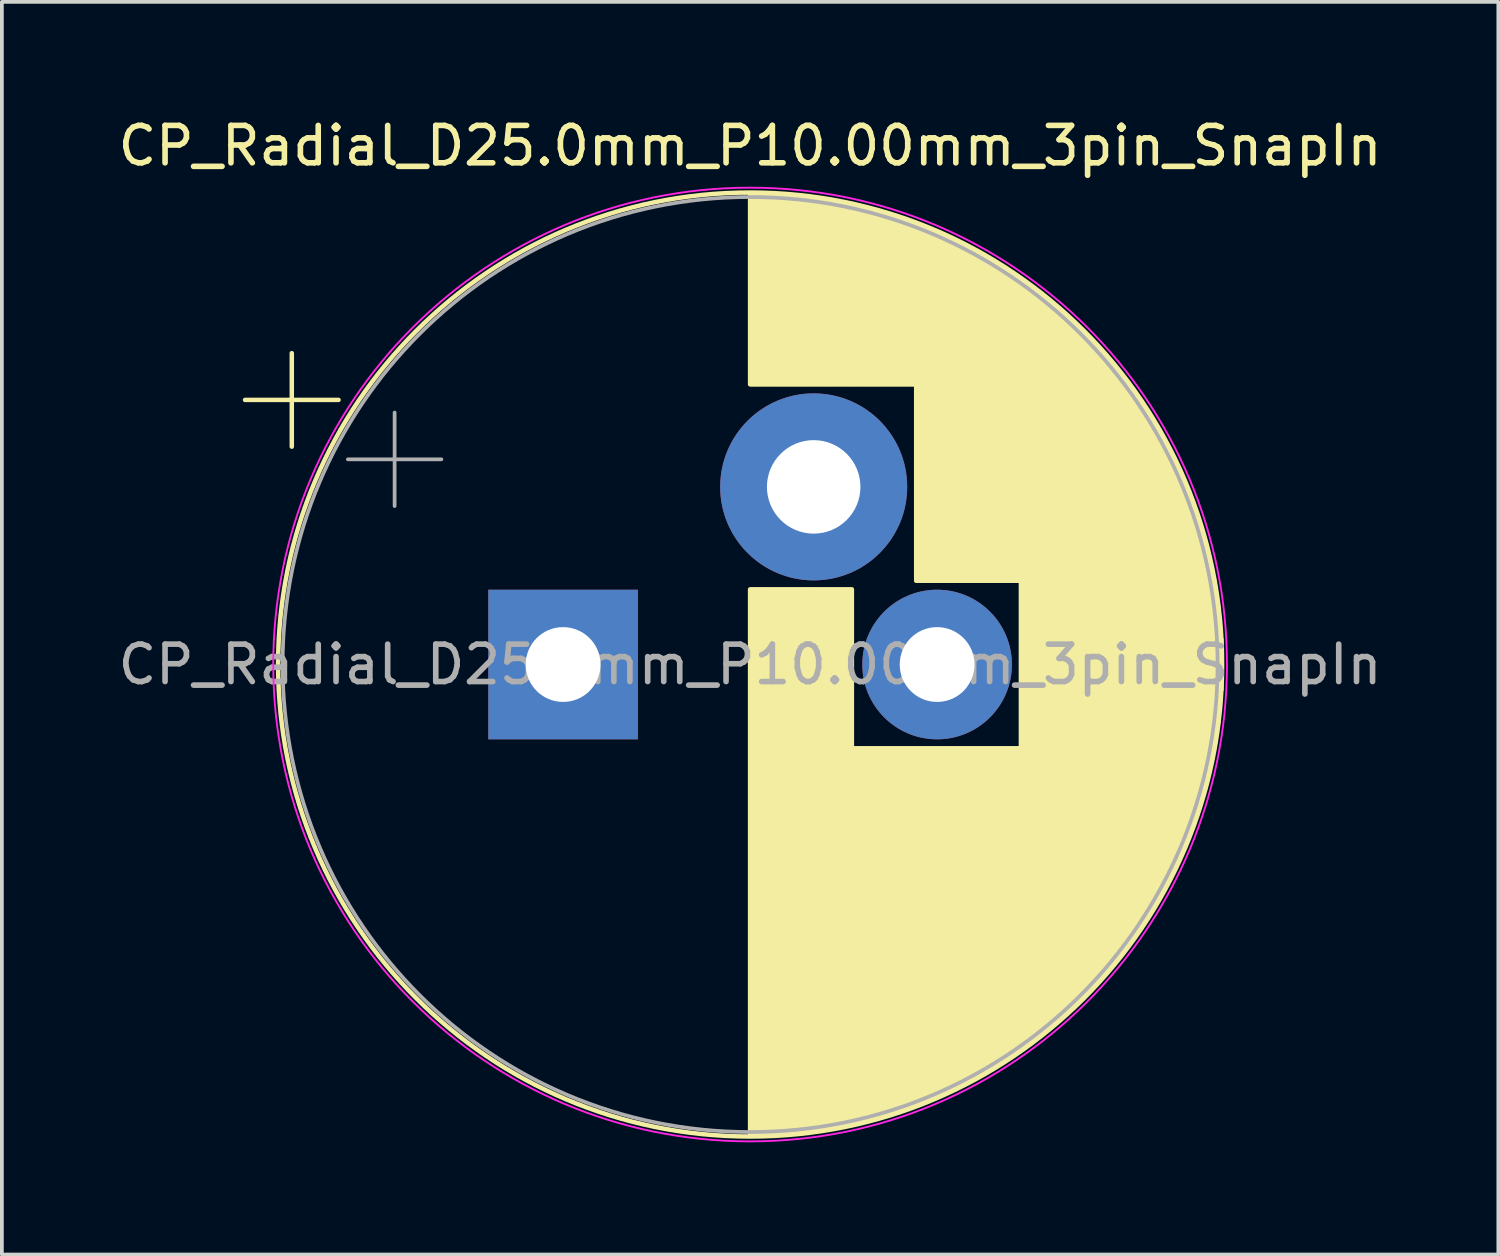
<source format=kicad_pcb>
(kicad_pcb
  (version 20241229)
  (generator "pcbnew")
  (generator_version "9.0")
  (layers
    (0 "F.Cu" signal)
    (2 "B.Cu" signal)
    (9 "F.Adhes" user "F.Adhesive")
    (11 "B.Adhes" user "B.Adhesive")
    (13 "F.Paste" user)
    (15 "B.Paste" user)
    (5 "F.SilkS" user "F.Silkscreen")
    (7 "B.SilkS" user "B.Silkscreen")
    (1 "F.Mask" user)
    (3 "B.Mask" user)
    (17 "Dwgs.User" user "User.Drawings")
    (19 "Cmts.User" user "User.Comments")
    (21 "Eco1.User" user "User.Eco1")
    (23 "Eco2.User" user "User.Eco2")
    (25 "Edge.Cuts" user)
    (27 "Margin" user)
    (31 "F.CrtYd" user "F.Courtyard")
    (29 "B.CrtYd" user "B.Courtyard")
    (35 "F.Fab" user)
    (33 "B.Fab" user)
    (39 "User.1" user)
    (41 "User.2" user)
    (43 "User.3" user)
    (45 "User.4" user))
  (footprint "CP_Radial_D25.0mm_P10.00mm_3pin_SnapIn"
    (layer "F.Cu")
    (at 12.006 14.718)
    (property "Reference" "CP_Radial_D25.0mm_P10.00mm_3pin_SnapIn" (at 5 -13.87 0) (layer "F.SilkS") (effects (font (size 1 1) (thickness 0.15))))
    (attr through_hole)
    (fp_line (start -8.504 -7.075) (end -6.004 -7.075) (stroke (width 0.12) (type solid)) (layer "F.SilkS"))
    (fp_line (start -7.254 -8.325) (end -7.254 -5.825) (stroke (width 0.12) (type solid)) (layer "F.SilkS"))
    (fp_line (start 5 -12.581) (end 5 -7.49) (stroke (width 0.12) (type solid)) (layer "F.SilkS"))
    (fp_line (start 5 -2.01) (end 5 12.581) (stroke (width 0.12) (type solid)) (layer "F.SilkS"))
    (fp_line (start 5.04 -12.58) (end 5.04 -7.49) (stroke (width 0.12) (type solid)) (layer "F.SilkS"))
    (fp_line (start 5.04 -2.01) (end 5.04 12.58) (stroke (width 0.12) (type solid)) (layer "F.SilkS"))
    (fp_line (start 5.08 -12.58) (end 5.08 -7.49) (stroke (width 0.12) (type solid)) (layer "F.SilkS"))
    (fp_line (start 5.08 -2.01) (end 5.08 12.58) (stroke (width 0.12) (type solid)) (layer "F.SilkS"))
    (fp_line (start 5.12 -12.58) (end 5.12 -7.49) (stroke (width 0.12) (type solid)) (layer "F.SilkS"))
    (fp_line (start 5.12 -2.01) (end 5.12 12.58) (stroke (width 0.12) (type solid)) (layer "F.SilkS"))
    (fp_line (start 5.16 -12.579) (end 5.16 -7.49) (stroke (width 0.12) (type solid)) (layer "F.SilkS"))
    (fp_line (start 5.16 -2.01) (end 5.16 12.579) (stroke (width 0.12) (type solid)) (layer "F.SilkS"))
    (fp_line (start 5.2 -12.579) (end 5.2 -7.49) (stroke (width 0.12) (type solid)) (layer "F.SilkS"))
    (fp_line (start 5.2 -2.01) (end 5.2 12.579) (stroke (width 0.12) (type solid)) (layer "F.SilkS"))
    (fp_line (start 5.24 -12.578) (end 5.24 -7.49) (stroke (width 0.12) (type solid)) (layer "F.SilkS"))
    (fp_line (start 5.24 -2.01) (end 5.24 12.578) (stroke (width 0.12) (type solid)) (layer "F.SilkS"))
    (fp_line (start 5.28 -12.577) (end 5.28 -7.49) (stroke (width 0.12) (type solid)) (layer "F.SilkS"))
    (fp_line (start 5.28 -2.01) (end 5.28 12.577) (stroke (width 0.12) (type solid)) (layer "F.SilkS"))
    (fp_line (start 5.32 -12.576) (end 5.32 -7.49) (stroke (width 0.12) (type solid)) (layer "F.SilkS"))
    (fp_line (start 5.32 -2.01) (end 5.32 12.576) (stroke (width 0.12) (type solid)) (layer "F.SilkS"))
    (fp_line (start 5.36 -12.575) (end 5.36 -7.49) (stroke (width 0.12) (type solid)) (layer "F.SilkS"))
    (fp_line (start 5.36 -2.01) (end 5.36 12.575) (stroke (width 0.12) (type solid)) (layer "F.SilkS"))
    (fp_line (start 5.4 -12.574) (end 5.4 -7.49) (stroke (width 0.12) (type solid)) (layer "F.SilkS"))
    (fp_line (start 5.4 -2.01) (end 5.4 12.574) (stroke (width 0.12) (type solid)) (layer "F.SilkS"))
    (fp_line (start 5.44 -12.573) (end 5.44 -7.49) (stroke (width 0.12) (type solid)) (layer "F.SilkS"))
    (fp_line (start 5.44 -2.01) (end 5.44 12.573) (stroke (width 0.12) (type solid)) (layer "F.SilkS"))
    (fp_line (start 5.48 -12.571) (end 5.48 -7.49) (stroke (width 0.12) (type solid)) (layer "F.SilkS"))
    (fp_line (start 5.48 -2.01) (end 5.48 12.571) (stroke (width 0.12) (type solid)) (layer "F.SilkS"))
    (fp_line (start 5.52 -12.57) (end 5.52 -7.49) (stroke (width 0.12) (type solid)) (layer "F.SilkS"))
    (fp_line (start 5.52 -2.01) (end 5.52 12.57) (stroke (width 0.12) (type solid)) (layer "F.SilkS"))
    (fp_line (start 5.56 -12.568) (end 5.56 -7.49) (stroke (width 0.12) (type solid)) (layer "F.SilkS"))
    (fp_line (start 5.56 -2.01) (end 5.56 12.568) (stroke (width 0.12) (type solid)) (layer "F.SilkS"))
    (fp_line (start 5.6 -12.566) (end 5.6 -7.49) (stroke (width 0.12) (type solid)) (layer "F.SilkS"))
    (fp_line (start 5.6 -2.01) (end 5.6 12.566) (stroke (width 0.12) (type solid)) (layer "F.SilkS"))
    (fp_line (start 5.64 -12.564) (end 5.64 -7.49) (stroke (width 0.12) (type solid)) (layer "F.SilkS"))
    (fp_line (start 5.64 -2.01) (end 5.64 12.564) (stroke (width 0.12) (type solid)) (layer "F.SilkS"))
    (fp_line (start 5.68 -12.562) (end 5.68 -7.49) (stroke (width 0.12) (type solid)) (layer "F.SilkS"))
    (fp_line (start 5.68 -2.01) (end 5.68 12.562) (stroke (width 0.12) (type solid)) (layer "F.SilkS"))
    (fp_line (start 5.721 -12.56) (end 5.721 -7.49) (stroke (width 0.12) (type solid)) (layer "F.SilkS"))
    (fp_line (start 5.721 -2.01) (end 5.721 12.56) (stroke (width 0.12) (type solid)) (layer "F.SilkS"))
    (fp_line (start 5.761 -12.558) (end 5.761 -7.49) (stroke (width 0.12) (type solid)) (layer "F.SilkS"))
    (fp_line (start 5.761 -2.01) (end 5.761 12.558) (stroke (width 0.12) (type solid)) (layer "F.SilkS"))
    (fp_line (start 5.801 -12.555) (end 5.801 -7.49) (stroke (width 0.12) (type solid)) (layer "F.SilkS"))
    (fp_line (start 5.801 -2.01) (end 5.801 12.555) (stroke (width 0.12) (type solid)) (layer "F.SilkS"))
    (fp_line (start 5.841 -12.553) (end 5.841 -7.49) (stroke (width 0.12) (type solid)) (layer "F.SilkS"))
    (fp_line (start 5.841 -2.01) (end 5.841 12.553) (stroke (width 0.12) (type solid)) (layer "F.SilkS"))
    (fp_line (start 5.881 -12.55) (end 5.881 -7.49) (stroke (width 0.12) (type solid)) (layer "F.SilkS"))
    (fp_line (start 5.881 -2.01) (end 5.881 12.55) (stroke (width 0.12) (type solid)) (layer "F.SilkS"))
    (fp_line (start 5.921 -12.547) (end 5.921 -7.49) (stroke (width 0.12) (type solid)) (layer "F.SilkS"))
    (fp_line (start 5.921 -2.01) (end 5.921 12.547) (stroke (width 0.12) (type solid)) (layer "F.SilkS"))
    (fp_line (start 5.961 -12.544) (end 5.961 -7.49) (stroke (width 0.12) (type solid)) (layer "F.SilkS"))
    (fp_line (start 5.961 -2.01) (end 5.961 12.544) (stroke (width 0.12) (type solid)) (layer "F.SilkS"))
    (fp_line (start 6.001 -12.541) (end 6.001 -7.49) (stroke (width 0.12) (type solid)) (layer "F.SilkS"))
    (fp_line (start 6.001 -2.01) (end 6.001 12.541) (stroke (width 0.12) (type solid)) (layer "F.SilkS"))
    (fp_line (start 6.041 -12.538) (end 6.041 -7.49) (stroke (width 0.12) (type solid)) (layer "F.SilkS"))
    (fp_line (start 6.041 -2.01) (end 6.041 12.538) (stroke (width 0.12) (type solid)) (layer "F.SilkS"))
    (fp_line (start 6.081 -12.534) (end 6.081 -7.49) (stroke (width 0.12) (type solid)) (layer "F.SilkS"))
    (fp_line (start 6.081 -2.01) (end 6.081 12.534) (stroke (width 0.12) (type solid)) (layer "F.SilkS"))
    (fp_line (start 6.121 -12.531) (end 6.121 -7.49) (stroke (width 0.12) (type solid)) (layer "F.SilkS"))
    (fp_line (start 6.121 -2.01) (end 6.121 12.531) (stroke (width 0.12) (type solid)) (layer "F.SilkS"))
    (fp_line (start 6.161 -12.527) (end 6.161 -7.49) (stroke (width 0.12) (type solid)) (layer "F.SilkS"))
    (fp_line (start 6.161 -2.01) (end 6.161 12.527) (stroke (width 0.12) (type solid)) (layer "F.SilkS"))
    (fp_line (start 6.201 -12.523) (end 6.201 -7.49) (stroke (width 0.12) (type solid)) (layer "F.SilkS"))
    (fp_line (start 6.201 -2.01) (end 6.201 12.523) (stroke (width 0.12) (type solid)) (layer "F.SilkS"))
    (fp_line (start 6.241 -12.519) (end 6.241 -7.49) (stroke (width 0.12) (type solid)) (layer "F.SilkS"))
    (fp_line (start 6.241 -2.01) (end 6.241 12.519) (stroke (width 0.12) (type solid)) (layer "F.SilkS"))
    (fp_line (start 6.281 -12.515) (end 6.281 -7.49) (stroke (width 0.12) (type solid)) (layer "F.SilkS"))
    (fp_line (start 6.281 -2.01) (end 6.281 12.515) (stroke (width 0.12) (type solid)) (layer "F.SilkS"))
    (fp_line (start 6.321 -12.511) (end 6.321 -7.49) (stroke (width 0.12) (type solid)) (layer "F.SilkS"))
    (fp_line (start 6.321 -2.01) (end 6.321 12.511) (stroke (width 0.12) (type solid)) (layer "F.SilkS"))
    (fp_line (start 6.361 -12.507) (end 6.361 -7.49) (stroke (width 0.12) (type solid)) (layer "F.SilkS"))
    (fp_line (start 6.361 -2.01) (end 6.361 12.507) (stroke (width 0.12) (type solid)) (layer "F.SilkS"))
    (fp_line (start 6.401 -12.503) (end 6.401 -7.49) (stroke (width 0.12) (type solid)) (layer "F.SilkS"))
    (fp_line (start 6.401 -2.01) (end 6.401 12.503) (stroke (width 0.12) (type solid)) (layer "F.SilkS"))
    (fp_line (start 6.441 -12.498) (end 6.441 -7.49) (stroke (width 0.12) (type solid)) (layer "F.SilkS"))
    (fp_line (start 6.441 -2.01) (end 6.441 12.498) (stroke (width 0.12) (type solid)) (layer "F.SilkS"))
    (fp_line (start 6.481 -12.493) (end 6.481 -7.49) (stroke (width 0.12) (type solid)) (layer "F.SilkS"))
    (fp_line (start 6.481 -2.01) (end 6.481 12.493) (stroke (width 0.12) (type solid)) (layer "F.SilkS"))
    (fp_line (start 6.521 -12.489) (end 6.521 -7.49) (stroke (width 0.12) (type solid)) (layer "F.SilkS"))
    (fp_line (start 6.521 -2.01) (end 6.521 12.489) (stroke (width 0.12) (type solid)) (layer "F.SilkS"))
    (fp_line (start 6.561 -12.484) (end 6.561 -7.49) (stroke (width 0.12) (type solid)) (layer "F.SilkS"))
    (fp_line (start 6.561 -2.01) (end 6.561 12.484) (stroke (width 0.12) (type solid)) (layer "F.SilkS"))
    (fp_line (start 6.601 -12.479) (end 6.601 -7.49) (stroke (width 0.12) (type solid)) (layer "F.SilkS"))
    (fp_line (start 6.601 -2.01) (end 6.601 12.479) (stroke (width 0.12) (type solid)) (layer "F.SilkS"))
    (fp_line (start 6.641 -12.473) (end 6.641 -7.49) (stroke (width 0.12) (type solid)) (layer "F.SilkS"))
    (fp_line (start 6.641 -2.01) (end 6.641 12.473) (stroke (width 0.12) (type solid)) (layer "F.SilkS"))
    (fp_line (start 6.681 -12.468) (end 6.681 -7.49) (stroke (width 0.12) (type solid)) (layer "F.SilkS"))
    (fp_line (start 6.681 -2.01) (end 6.681 12.468) (stroke (width 0.12) (type solid)) (layer "F.SilkS"))
    (fp_line (start 6.721 -12.463) (end 6.721 -7.49) (stroke (width 0.12) (type solid)) (layer "F.SilkS"))
    (fp_line (start 6.721 -2.01) (end 6.721 12.463) (stroke (width 0.12) (type solid)) (layer "F.SilkS"))
    (fp_line (start 6.761 -12.457) (end 6.761 -7.49) (stroke (width 0.12) (type solid)) (layer "F.SilkS"))
    (fp_line (start 6.761 -2.01) (end 6.761 12.457) (stroke (width 0.12) (type solid)) (layer "F.SilkS"))
    (fp_line (start 6.801 -12.451) (end 6.801 -7.49) (stroke (width 0.12) (type solid)) (layer "F.SilkS"))
    (fp_line (start 6.801 -2.01) (end 6.801 12.451) (stroke (width 0.12) (type solid)) (layer "F.SilkS"))
    (fp_line (start 6.841 -12.446) (end 6.841 -7.49) (stroke (width 0.12) (type solid)) (layer "F.SilkS"))
    (fp_line (start 6.841 -2.01) (end 6.841 12.446) (stroke (width 0.12) (type solid)) (layer "F.SilkS"))
    (fp_line (start 6.881 -12.44) (end 6.881 -7.49) (stroke (width 0.12) (type solid)) (layer "F.SilkS"))
    (fp_line (start 6.881 -2.01) (end 6.881 12.44) (stroke (width 0.12) (type solid)) (layer "F.SilkS"))
    (fp_line (start 6.921 -12.434) (end 6.921 -7.49) (stroke (width 0.12) (type solid)) (layer "F.SilkS"))
    (fp_line (start 6.921 -2.01) (end 6.921 12.434) (stroke (width 0.12) (type solid)) (layer "F.SilkS"))
    (fp_line (start 6.961 -12.427) (end 6.961 -7.49) (stroke (width 0.12) (type solid)) (layer "F.SilkS"))
    (fp_line (start 6.961 -2.01) (end 6.961 12.427) (stroke (width 0.12) (type solid)) (layer "F.SilkS"))
    (fp_line (start 7.001 -12.421) (end 7.001 -7.49) (stroke (width 0.12) (type solid)) (layer "F.SilkS"))
    (fp_line (start 7.001 -2.01) (end 7.001 12.421) (stroke (width 0.12) (type solid)) (layer "F.SilkS"))
    (fp_line (start 7.041 -12.415) (end 7.041 -7.49) (stroke (width 0.12) (type solid)) (layer "F.SilkS"))
    (fp_line (start 7.041 -2.01) (end 7.041 12.415) (stroke (width 0.12) (type solid)) (layer "F.SilkS"))
    (fp_line (start 7.081 -12.408) (end 7.081 -7.49) (stroke (width 0.12) (type solid)) (layer "F.SilkS"))
    (fp_line (start 7.081 -2.01) (end 7.081 12.408) (stroke (width 0.12) (type solid)) (layer "F.SilkS"))
    (fp_line (start 7.121 -12.401) (end 7.121 -7.49) (stroke (width 0.12) (type solid)) (layer "F.SilkS"))
    (fp_line (start 7.121 -2.01) (end 7.121 12.401) (stroke (width 0.12) (type solid)) (layer "F.SilkS"))
    (fp_line (start 7.161 -12.394) (end 7.161 -7.49) (stroke (width 0.12) (type solid)) (layer "F.SilkS"))
    (fp_line (start 7.161 -2.01) (end 7.161 12.394) (stroke (width 0.12) (type solid)) (layer "F.SilkS"))
    (fp_line (start 7.201 -12.387) (end 7.201 -7.49) (stroke (width 0.12) (type solid)) (layer "F.SilkS"))
    (fp_line (start 7.201 -2.01) (end 7.201 12.387) (stroke (width 0.12) (type solid)) (layer "F.SilkS"))
    (fp_line (start 7.241 -12.38) (end 7.241 -7.49) (stroke (width 0.12) (type solid)) (layer "F.SilkS"))
    (fp_line (start 7.241 -2.01) (end 7.241 12.38) (stroke (width 0.12) (type solid)) (layer "F.SilkS"))
    (fp_line (start 7.281 -12.373) (end 7.281 -7.49) (stroke (width 0.12) (type solid)) (layer "F.SilkS"))
    (fp_line (start 7.281 -2.01) (end 7.281 12.373) (stroke (width 0.12) (type solid)) (layer "F.SilkS"))
    (fp_line (start 7.321 -12.365) (end 7.321 -7.49) (stroke (width 0.12) (type solid)) (layer "F.SilkS"))
    (fp_line (start 7.321 -2.01) (end 7.321 12.365) (stroke (width 0.12) (type solid)) (layer "F.SilkS"))
    (fp_line (start 7.361 -12.358) (end 7.361 -7.49) (stroke (width 0.12) (type solid)) (layer "F.SilkS"))
    (fp_line (start 7.361 -2.01) (end 7.361 12.358) (stroke (width 0.12) (type solid)) (layer "F.SilkS"))
    (fp_line (start 7.401 -12.35) (end 7.401 -7.49) (stroke (width 0.12) (type solid)) (layer "F.SilkS"))
    (fp_line (start 7.401 -2.01) (end 7.401 12.35) (stroke (width 0.12) (type solid)) (layer "F.SilkS"))
    (fp_line (start 7.441 -12.342) (end 7.441 -7.49) (stroke (width 0.12) (type solid)) (layer "F.SilkS"))
    (fp_line (start 7.441 -2.01) (end 7.441 12.342) (stroke (width 0.12) (type solid)) (layer "F.SilkS"))
    (fp_line (start 7.481 -12.334) (end 7.481 -7.49) (stroke (width 0.12) (type solid)) (layer "F.SilkS"))
    (fp_line (start 7.481 -2.01) (end 7.481 12.334) (stroke (width 0.12) (type solid)) (layer "F.SilkS"))
    (fp_line (start 7.521 -12.326) (end 7.521 -7.49) (stroke (width 0.12) (type solid)) (layer "F.SilkS"))
    (fp_line (start 7.521 -2.01) (end 7.521 12.326) (stroke (width 0.12) (type solid)) (layer "F.SilkS"))
    (fp_line (start 7.561 -12.318) (end 7.561 -7.49) (stroke (width 0.12) (type solid)) (layer "F.SilkS"))
    (fp_line (start 7.561 -2.01) (end 7.561 12.318) (stroke (width 0.12) (type solid)) (layer "F.SilkS"))
    (fp_line (start 7.601 -12.31) (end 7.601 -7.49) (stroke (width 0.12) (type solid)) (layer "F.SilkS"))
    (fp_line (start 7.601 -2.01) (end 7.601 12.31) (stroke (width 0.12) (type solid)) (layer "F.SilkS"))
    (fp_line (start 7.641 -12.301) (end 7.641 -7.49) (stroke (width 0.12) (type solid)) (layer "F.SilkS"))
    (fp_line (start 7.641 -2.01) (end 7.641 12.301) (stroke (width 0.12) (type solid)) (layer "F.SilkS"))
    (fp_line (start 7.681 -12.293) (end 7.681 -7.49) (stroke (width 0.12) (type solid)) (layer "F.SilkS"))
    (fp_line (start 7.681 -2.01) (end 7.681 12.293) (stroke (width 0.12) (type solid)) (layer "F.SilkS"))
    (fp_line (start 7.721 -12.284) (end 7.721 -7.49) (stroke (width 0.12) (type solid)) (layer "F.SilkS"))
    (fp_line (start 7.721 -2.01) (end 7.721 12.284) (stroke (width 0.12) (type solid)) (layer "F.SilkS"))
    (fp_line (start 7.761 -12.275) (end 7.761 -7.49) (stroke (width 0.12) (type solid)) (layer "F.SilkS"))
    (fp_line (start 7.761 2.24) (end 7.761 12.275) (stroke (width 0.12) (type solid)) (layer "F.SilkS"))
    (fp_line (start 7.801 -12.266) (end 7.801 -7.49) (stroke (width 0.12) (type solid)) (layer "F.SilkS"))
    (fp_line (start 7.801 2.24) (end 7.801 12.266) (stroke (width 0.12) (type solid)) (layer "F.SilkS"))
    (fp_line (start 7.841 -12.257) (end 7.841 -7.49) (stroke (width 0.12) (type solid)) (layer "F.SilkS"))
    (fp_line (start 7.841 2.24) (end 7.841 12.257) (stroke (width 0.12) (type solid)) (layer "F.SilkS"))
    (fp_line (start 7.881 -12.247) (end 7.881 -7.49) (stroke (width 0.12) (type solid)) (layer "F.SilkS"))
    (fp_line (start 7.881 2.24) (end 7.881 12.247) (stroke (width 0.12) (type solid)) (layer "F.SilkS"))
    (fp_line (start 7.921 -12.238) (end 7.921 -7.49) (stroke (width 0.12) (type solid)) (layer "F.SilkS"))
    (fp_line (start 7.921 2.24) (end 7.921 12.238) (stroke (width 0.12) (type solid)) (layer "F.SilkS"))
    (fp_line (start 7.961 -12.228) (end 7.961 -7.49) (stroke (width 0.12) (type solid)) (layer "F.SilkS"))
    (fp_line (start 7.961 2.24) (end 7.961 12.228) (stroke (width 0.12) (type solid)) (layer "F.SilkS"))
    (fp_line (start 8.001 -12.219) (end 8.001 -7.49) (stroke (width 0.12) (type solid)) (layer "F.SilkS"))
    (fp_line (start 8.001 2.24) (end 8.001 12.219) (stroke (width 0.12) (type solid)) (layer "F.SilkS"))
    (fp_line (start 8.041 -12.209) (end 8.041 -7.49) (stroke (width 0.12) (type solid)) (layer "F.SilkS"))
    (fp_line (start 8.041 2.24) (end 8.041 12.209) (stroke (width 0.12) (type solid)) (layer "F.SilkS"))
    (fp_line (start 8.081 -12.199) (end 8.081 -7.49) (stroke (width 0.12) (type solid)) (layer "F.SilkS"))
    (fp_line (start 8.081 2.24) (end 8.081 12.199) (stroke (width 0.12) (type solid)) (layer "F.SilkS"))
    (fp_line (start 8.121 -12.189) (end 8.121 -7.49) (stroke (width 0.12) (type solid)) (layer "F.SilkS"))
    (fp_line (start 8.121 2.24) (end 8.121 12.189) (stroke (width 0.12) (type solid)) (layer "F.SilkS"))
    (fp_line (start 8.161 -12.178) (end 8.161 -7.49) (stroke (width 0.12) (type solid)) (layer "F.SilkS"))
    (fp_line (start 8.161 2.24) (end 8.161 12.178) (stroke (width 0.12) (type solid)) (layer "F.SilkS"))
    (fp_line (start 8.201 -12.168) (end 8.201 -7.49) (stroke (width 0.12) (type solid)) (layer "F.SilkS"))
    (fp_line (start 8.201 2.24) (end 8.201 12.168) (stroke (width 0.12) (type solid)) (layer "F.SilkS"))
    (fp_line (start 8.241 -12.157) (end 8.241 -7.49) (stroke (width 0.12) (type solid)) (layer "F.SilkS"))
    (fp_line (start 8.241 2.24) (end 8.241 12.157) (stroke (width 0.12) (type solid)) (layer "F.SilkS"))
    (fp_line (start 8.281 -12.147) (end 8.281 -7.49) (stroke (width 0.12) (type solid)) (layer "F.SilkS"))
    (fp_line (start 8.281 2.24) (end 8.281 12.147) (stroke (width 0.12) (type solid)) (layer "F.SilkS"))
    (fp_line (start 8.321 -12.136) (end 8.321 -7.49) (stroke (width 0.12) (type solid)) (layer "F.SilkS"))
    (fp_line (start 8.321 2.24) (end 8.321 12.136) (stroke (width 0.12) (type solid)) (layer "F.SilkS"))
    (fp_line (start 8.361 -12.125) (end 8.361 -7.49) (stroke (width 0.12) (type solid)) (layer "F.SilkS"))
    (fp_line (start 8.361 2.24) (end 8.361 12.125) (stroke (width 0.12) (type solid)) (layer "F.SilkS"))
    (fp_line (start 8.401 -12.114) (end 8.401 -7.49) (stroke (width 0.12) (type solid)) (layer "F.SilkS"))
    (fp_line (start 8.401 2.24) (end 8.401 12.114) (stroke (width 0.12) (type solid)) (layer "F.SilkS"))
    (fp_line (start 8.441 -12.103) (end 8.441 -7.49) (stroke (width 0.12) (type solid)) (layer "F.SilkS"))
    (fp_line (start 8.441 2.24) (end 8.441 12.103) (stroke (width 0.12) (type solid)) (layer "F.SilkS"))
    (fp_line (start 8.481 -12.091) (end 8.481 -7.49) (stroke (width 0.12) (type solid)) (layer "F.SilkS"))
    (fp_line (start 8.481 2.24) (end 8.481 12.091) (stroke (width 0.12) (type solid)) (layer "F.SilkS"))
    (fp_line (start 8.521 -12.08) (end 8.521 -7.49) (stroke (width 0.12) (type solid)) (layer "F.SilkS"))
    (fp_line (start 8.521 2.24) (end 8.521 12.08) (stroke (width 0.12) (type solid)) (layer "F.SilkS"))
    (fp_line (start 8.561 -12.068) (end 8.561 -7.49) (stroke (width 0.12) (type solid)) (layer "F.SilkS"))
    (fp_line (start 8.561 2.24) (end 8.561 12.068) (stroke (width 0.12) (type solid)) (layer "F.SilkS"))
    (fp_line (start 8.601 -12.056) (end 8.601 -7.49) (stroke (width 0.12) (type solid)) (layer "F.SilkS"))
    (fp_line (start 8.601 2.24) (end 8.601 12.056) (stroke (width 0.12) (type solid)) (layer "F.SilkS"))
    (fp_line (start 8.641 -12.044) (end 8.641 -7.49) (stroke (width 0.12) (type solid)) (layer "F.SilkS"))
    (fp_line (start 8.641 2.24) (end 8.641 12.044) (stroke (width 0.12) (type solid)) (layer "F.SilkS"))
    (fp_line (start 8.681 -12.032) (end 8.681 -7.49) (stroke (width 0.12) (type solid)) (layer "F.SilkS"))
    (fp_line (start 8.681 2.24) (end 8.681 12.032) (stroke (width 0.12) (type solid)) (layer "F.SilkS"))
    (fp_line (start 8.721 -12.02) (end 8.721 -7.49) (stroke (width 0.12) (type solid)) (layer "F.SilkS"))
    (fp_line (start 8.721 2.24) (end 8.721 12.02) (stroke (width 0.12) (type solid)) (layer "F.SilkS"))
    (fp_line (start 8.761 -12.007) (end 8.761 -7.49) (stroke (width 0.12) (type solid)) (layer "F.SilkS"))
    (fp_line (start 8.761 2.24) (end 8.761 12.007) (stroke (width 0.12) (type solid)) (layer "F.SilkS"))
    (fp_line (start 8.801 -11.995) (end 8.801 -7.49) (stroke (width 0.12) (type solid)) (layer "F.SilkS"))
    (fp_line (start 8.801 2.24) (end 8.801 11.995) (stroke (width 0.12) (type solid)) (layer "F.SilkS"))
    (fp_line (start 8.841 -11.982) (end 8.841 -7.49) (stroke (width 0.12) (type solid)) (layer "F.SilkS"))
    (fp_line (start 8.841 2.24) (end 8.841 11.982) (stroke (width 0.12) (type solid)) (layer "F.SilkS"))
    (fp_line (start 8.881 -11.969) (end 8.881 -7.49) (stroke (width 0.12) (type solid)) (layer "F.SilkS"))
    (fp_line (start 8.881 2.24) (end 8.881 11.969) (stroke (width 0.12) (type solid)) (layer "F.SilkS"))
    (fp_line (start 8.921 -11.956) (end 8.921 -7.49) (stroke (width 0.12) (type solid)) (layer "F.SilkS"))
    (fp_line (start 8.921 2.24) (end 8.921 11.956) (stroke (width 0.12) (type solid)) (layer "F.SilkS"))
    (fp_line (start 8.961 -11.943) (end 8.961 -7.49) (stroke (width 0.12) (type solid)) (layer "F.SilkS"))
    (fp_line (start 8.961 2.24) (end 8.961 11.943) (stroke (width 0.12) (type solid)) (layer "F.SilkS"))
    (fp_line (start 9.001 -11.93) (end 9.001 -7.49) (stroke (width 0.12) (type solid)) (layer "F.SilkS"))
    (fp_line (start 9.001 2.24) (end 9.001 11.93) (stroke (width 0.12) (type solid)) (layer "F.SilkS"))
    (fp_line (start 9.041 -11.916) (end 9.041 -7.49) (stroke (width 0.12) (type solid)) (layer "F.SilkS"))
    (fp_line (start 9.041 2.24) (end 9.041 11.916) (stroke (width 0.12) (type solid)) (layer "F.SilkS"))
    (fp_line (start 9.081 -11.903) (end 9.081 -7.49) (stroke (width 0.12) (type solid)) (layer "F.SilkS"))
    (fp_line (start 9.081 2.24) (end 9.081 11.903) (stroke (width 0.12) (type solid)) (layer "F.SilkS"))
    (fp_line (start 9.121 -11.889) (end 9.121 -7.49) (stroke (width 0.12) (type solid)) (layer "F.SilkS"))
    (fp_line (start 9.121 2.24) (end 9.121 11.889) (stroke (width 0.12) (type solid)) (layer "F.SilkS"))
    (fp_line (start 9.161 -11.875) (end 9.161 -7.49) (stroke (width 0.12) (type solid)) (layer "F.SilkS"))
    (fp_line (start 9.161 2.24) (end 9.161 11.875) (stroke (width 0.12) (type solid)) (layer "F.SilkS"))
    (fp_line (start 9.201 -11.861) (end 9.201 -7.49) (stroke (width 0.12) (type solid)) (layer "F.SilkS"))
    (fp_line (start 9.201 2.24) (end 9.201 11.861) (stroke (width 0.12) (type solid)) (layer "F.SilkS"))
    (fp_line (start 9.241 -11.847) (end 9.241 -7.49) (stroke (width 0.12) (type solid)) (layer "F.SilkS"))
    (fp_line (start 9.241 2.24) (end 9.241 11.847) (stroke (width 0.12) (type solid)) (layer "F.SilkS"))
    (fp_line (start 9.281 -11.833) (end 9.281 -7.49) (stroke (width 0.12) (type solid)) (layer "F.SilkS"))
    (fp_line (start 9.281 2.24) (end 9.281 11.833) (stroke (width 0.12) (type solid)) (layer "F.SilkS"))
    (fp_line (start 9.321 -11.818) (end 9.321 -7.49) (stroke (width 0.12) (type solid)) (layer "F.SilkS"))
    (fp_line (start 9.321 2.24) (end 9.321 11.818) (stroke (width 0.12) (type solid)) (layer "F.SilkS"))
    (fp_line (start 9.361 -11.803) (end 9.361 -7.49) (stroke (width 0.12) (type solid)) (layer "F.SilkS"))
    (fp_line (start 9.361 2.24) (end 9.361 11.803) (stroke (width 0.12) (type solid)) (layer "F.SilkS"))
    (fp_line (start 9.401 -11.789) (end 9.401 -7.49) (stroke (width 0.12) (type solid)) (layer "F.SilkS"))
    (fp_line (start 9.401 2.24) (end 9.401 11.789) (stroke (width 0.12) (type solid)) (layer "F.SilkS"))
    (fp_line (start 9.441 -11.774) (end 9.441 -2.24) (stroke (width 0.12) (type solid)) (layer "F.SilkS"))
    (fp_line (start 9.441 2.24) (end 9.441 11.774) (stroke (width 0.12) (type solid)) (layer "F.SilkS"))
    (fp_line (start 9.481 -11.759) (end 9.481 -2.24) (stroke (width 0.12) (type solid)) (layer "F.SilkS"))
    (fp_line (start 9.481 2.24) (end 9.481 11.759) (stroke (width 0.12) (type solid)) (layer "F.SilkS"))
    (fp_line (start 9.521 -11.743) (end 9.521 -2.24) (stroke (width 0.12) (type solid)) (layer "F.SilkS"))
    (fp_line (start 9.521 2.24) (end 9.521 11.743) (stroke (width 0.12) (type solid)) (layer "F.SilkS"))
    (fp_line (start 9.561 -11.728) (end 9.561 -2.24) (stroke (width 0.12) (type solid)) (layer "F.SilkS"))
    (fp_line (start 9.561 2.24) (end 9.561 11.728) (stroke (width 0.12) (type solid)) (layer "F.SilkS"))
    (fp_line (start 9.601 -11.712) (end 9.601 -2.24) (stroke (width 0.12) (type solid)) (layer "F.SilkS"))
    (fp_line (start 9.601 2.24) (end 9.601 11.712) (stroke (width 0.12) (type solid)) (layer "F.SilkS"))
    (fp_line (start 9.641 -11.697) (end 9.641 -2.24) (stroke (width 0.12) (type solid)) (layer "F.SilkS"))
    (fp_line (start 9.641 2.24) (end 9.641 11.697) (stroke (width 0.12) (type solid)) (layer "F.SilkS"))
    (fp_line (start 9.681 -11.681) (end 9.681 -2.24) (stroke (width 0.12) (type solid)) (layer "F.SilkS"))
    (fp_line (start 9.681 2.24) (end 9.681 11.681) (stroke (width 0.12) (type solid)) (layer "F.SilkS"))
    (fp_line (start 9.721 -11.665) (end 9.721 -2.24) (stroke (width 0.12) (type solid)) (layer "F.SilkS"))
    (fp_line (start 9.721 2.24) (end 9.721 11.665) (stroke (width 0.12) (type solid)) (layer "F.SilkS"))
    (fp_line (start 9.761 -11.648) (end 9.761 -2.24) (stroke (width 0.12) (type solid)) (layer "F.SilkS"))
    (fp_line (start 9.761 2.24) (end 9.761 11.648) (stroke (width 0.12) (type solid)) (layer "F.SilkS"))
    (fp_line (start 9.801 -11.632) (end 9.801 -2.24) (stroke (width 0.12) (type solid)) (layer "F.SilkS"))
    (fp_line (start 9.801 2.24) (end 9.801 11.632) (stroke (width 0.12) (type solid)) (layer "F.SilkS"))
    (fp_line (start 9.841 -11.615) (end 9.841 -2.24) (stroke (width 0.12) (type solid)) (layer "F.SilkS"))
    (fp_line (start 9.841 2.24) (end 9.841 11.615) (stroke (width 0.12) (type solid)) (layer "F.SilkS"))
    (fp_line (start 9.881 -11.599) (end 9.881 -2.24) (stroke (width 0.12) (type solid)) (layer "F.SilkS"))
    (fp_line (start 9.881 2.24) (end 9.881 11.599) (stroke (width 0.12) (type solid)) (layer "F.SilkS"))
    (fp_line (start 9.921 -11.582) (end 9.921 -2.24) (stroke (width 0.12) (type solid)) (layer "F.SilkS"))
    (fp_line (start 9.921 2.24) (end 9.921 11.582) (stroke (width 0.12) (type solid)) (layer "F.SilkS"))
    (fp_line (start 9.961 -11.565) (end 9.961 -2.24) (stroke (width 0.12) (type solid)) (layer "F.SilkS"))
    (fp_line (start 9.961 2.24) (end 9.961 11.565) (stroke (width 0.12) (type solid)) (layer "F.SilkS"))
    (fp_line (start 10.001 -11.548) (end 10.001 -2.24) (stroke (width 0.12) (type solid)) (layer "F.SilkS"))
    (fp_line (start 10.001 2.24) (end 10.001 11.548) (stroke (width 0.12) (type solid)) (layer "F.SilkS"))
    (fp_line (start 10.041 -11.53) (end 10.041 -2.24) (stroke (width 0.12) (type solid)) (layer "F.SilkS"))
    (fp_line (start 10.041 2.24) (end 10.041 11.53) (stroke (width 0.12) (type solid)) (layer "F.SilkS"))
    (fp_line (start 10.081 -11.513) (end 10.081 -2.24) (stroke (width 0.12) (type solid)) (layer "F.SilkS"))
    (fp_line (start 10.081 2.24) (end 10.081 11.513) (stroke (width 0.12) (type solid)) (layer "F.SilkS"))
    (fp_line (start 10.121 -11.495) (end 10.121 -2.24) (stroke (width 0.12) (type solid)) (layer "F.SilkS"))
    (fp_line (start 10.121 2.24) (end 10.121 11.495) (stroke (width 0.12) (type solid)) (layer "F.SilkS"))
    (fp_line (start 10.161 -11.477) (end 10.161 -2.24) (stroke (width 0.12) (type solid)) (layer "F.SilkS"))
    (fp_line (start 10.161 2.24) (end 10.161 11.477) (stroke (width 0.12) (type solid)) (layer "F.SilkS"))
    (fp_line (start 10.201 -11.459) (end 10.201 -2.24) (stroke (width 0.12) (type solid)) (layer "F.SilkS"))
    (fp_line (start 10.201 2.24) (end 10.201 11.459) (stroke (width 0.12) (type solid)) (layer "F.SilkS"))
    (fp_line (start 10.241 -11.441) (end 10.241 -2.24) (stroke (width 0.12) (type solid)) (layer "F.SilkS"))
    (fp_line (start 10.241 2.24) (end 10.241 11.441) (stroke (width 0.12) (type solid)) (layer "F.SilkS"))
    (fp_line (start 10.281 -11.423) (end 10.281 -2.24) (stroke (width 0.12) (type solid)) (layer "F.SilkS"))
    (fp_line (start 10.281 2.24) (end 10.281 11.423) (stroke (width 0.12) (type solid)) (layer "F.SilkS"))
    (fp_line (start 10.321 -11.404) (end 10.321 -2.24) (stroke (width 0.12) (type solid)) (layer "F.SilkS"))
    (fp_line (start 10.321 2.24) (end 10.321 11.404) (stroke (width 0.12) (type solid)) (layer "F.SilkS"))
    (fp_line (start 10.361 -11.386) (end 10.361 -2.24) (stroke (width 0.12) (type solid)) (layer "F.SilkS"))
    (fp_line (start 10.361 2.24) (end 10.361 11.386) (stroke (width 0.12) (type solid)) (layer "F.SilkS"))
    (fp_line (start 10.401 -11.367) (end 10.401 -2.24) (stroke (width 0.12) (type solid)) (layer "F.SilkS"))
    (fp_line (start 10.401 2.24) (end 10.401 11.367) (stroke (width 0.12) (type solid)) (layer "F.SilkS"))
    (fp_line (start 10.441 -11.348) (end 10.441 -2.24) (stroke (width 0.12) (type solid)) (layer "F.SilkS"))
    (fp_line (start 10.441 2.24) (end 10.441 11.348) (stroke (width 0.12) (type solid)) (layer "F.SilkS"))
    (fp_line (start 10.481 -11.329) (end 10.481 -2.24) (stroke (width 0.12) (type solid)) (layer "F.SilkS"))
    (fp_line (start 10.481 2.24) (end 10.481 11.329) (stroke (width 0.12) (type solid)) (layer "F.SilkS"))
    (fp_line (start 10.521 -11.309) (end 10.521 -2.24) (stroke (width 0.12) (type solid)) (layer "F.SilkS"))
    (fp_line (start 10.521 2.24) (end 10.521 11.309) (stroke (width 0.12) (type solid)) (layer "F.SilkS"))
    (fp_line (start 10.561 -11.29) (end 10.561 -2.24) (stroke (width 0.12) (type solid)) (layer "F.SilkS"))
    (fp_line (start 10.561 2.24) (end 10.561 11.29) (stroke (width 0.12) (type solid)) (layer "F.SilkS"))
    (fp_line (start 10.601 -11.27) (end 10.601 -2.24) (stroke (width 0.12) (type solid)) (layer "F.SilkS"))
    (fp_line (start 10.601 2.24) (end 10.601 11.27) (stroke (width 0.12) (type solid)) (layer "F.SilkS"))
    (fp_line (start 10.641 -11.25) (end 10.641 -2.24) (stroke (width 0.12) (type solid)) (layer "F.SilkS"))
    (fp_line (start 10.641 2.24) (end 10.641 11.25) (stroke (width 0.12) (type solid)) (layer "F.SilkS"))
    (fp_line (start 10.681 -11.23) (end 10.681 -2.24) (stroke (width 0.12) (type solid)) (layer "F.SilkS"))
    (fp_line (start 10.681 2.24) (end 10.681 11.23) (stroke (width 0.12) (type solid)) (layer "F.SilkS"))
    (fp_line (start 10.721 -11.21) (end 10.721 -2.24) (stroke (width 0.12) (type solid)) (layer "F.SilkS"))
    (fp_line (start 10.721 2.24) (end 10.721 11.21) (stroke (width 0.12) (type solid)) (layer "F.SilkS"))
    (fp_line (start 10.761 -11.189) (end 10.761 -2.24) (stroke (width 0.12) (type solid)) (layer "F.SilkS"))
    (fp_line (start 10.761 2.24) (end 10.761 11.189) (stroke (width 0.12) (type solid)) (layer "F.SilkS"))
    (fp_line (start 10.801 -11.169) (end 10.801 -2.24) (stroke (width 0.12) (type solid)) (layer "F.SilkS"))
    (fp_line (start 10.801 2.24) (end 10.801 11.169) (stroke (width 0.12) (type solid)) (layer "F.SilkS"))
    (fp_line (start 10.841 -11.148) (end 10.841 -2.24) (stroke (width 0.12) (type solid)) (layer "F.SilkS"))
    (fp_line (start 10.841 2.24) (end 10.841 11.148) (stroke (width 0.12) (type solid)) (layer "F.SilkS"))
    (fp_line (start 10.881 -11.127) (end 10.881 -2.24) (stroke (width 0.12) (type solid)) (layer "F.SilkS"))
    (fp_line (start 10.881 2.24) (end 10.881 11.127) (stroke (width 0.12) (type solid)) (layer "F.SilkS"))
    (fp_line (start 10.921 -11.106) (end 10.921 -2.24) (stroke (width 0.12) (type solid)) (layer "F.SilkS"))
    (fp_line (start 10.921 2.24) (end 10.921 11.106) (stroke (width 0.12) (type solid)) (layer "F.SilkS"))
    (fp_line (start 10.961 -11.084) (end 10.961 -2.24) (stroke (width 0.12) (type solid)) (layer "F.SilkS"))
    (fp_line (start 10.961 2.24) (end 10.961 11.084) (stroke (width 0.12) (type solid)) (layer "F.SilkS"))
    (fp_line (start 11.001 -11.063) (end 11.001 -2.24) (stroke (width 0.12) (type solid)) (layer "F.SilkS"))
    (fp_line (start 11.001 2.24) (end 11.001 11.063) (stroke (width 0.12) (type solid)) (layer "F.SilkS"))
    (fp_line (start 11.041 -11.041) (end 11.041 -2.24) (stroke (width 0.12) (type solid)) (layer "F.SilkS"))
    (fp_line (start 11.041 2.24) (end 11.041 11.041) (stroke (width 0.12) (type solid)) (layer "F.SilkS"))
    (fp_line (start 11.081 -11.019) (end 11.081 -2.24) (stroke (width 0.12) (type solid)) (layer "F.SilkS"))
    (fp_line (start 11.081 2.24) (end 11.081 11.019) (stroke (width 0.12) (type solid)) (layer "F.SilkS"))
    (fp_line (start 11.121 -10.997) (end 11.121 -2.24) (stroke (width 0.12) (type solid)) (layer "F.SilkS"))
    (fp_line (start 11.121 2.24) (end 11.121 10.997) (stroke (width 0.12) (type solid)) (layer "F.SilkS"))
    (fp_line (start 11.161 -10.975) (end 11.161 -2.24) (stroke (width 0.12) (type solid)) (layer "F.SilkS"))
    (fp_line (start 11.161 2.24) (end 11.161 10.975) (stroke (width 0.12) (type solid)) (layer "F.SilkS"))
    (fp_line (start 11.201 -10.953) (end 11.201 -2.24) (stroke (width 0.12) (type solid)) (layer "F.SilkS"))
    (fp_line (start 11.201 2.24) (end 11.201 10.953) (stroke (width 0.12) (type solid)) (layer "F.SilkS"))
    (fp_line (start 11.241 -10.93) (end 11.241 -2.24) (stroke (width 0.12) (type solid)) (layer "F.SilkS"))
    (fp_line (start 11.241 2.24) (end 11.241 10.93) (stroke (width 0.12) (type solid)) (layer "F.SilkS"))
    (fp_line (start 11.281 -10.907) (end 11.281 -2.24) (stroke (width 0.12) (type solid)) (layer "F.SilkS"))
    (fp_line (start 11.281 2.24) (end 11.281 10.907) (stroke (width 0.12) (type solid)) (layer "F.SilkS"))
    (fp_line (start 11.321 -10.884) (end 11.321 -2.24) (stroke (width 0.12) (type solid)) (layer "F.SilkS"))
    (fp_line (start 11.321 2.24) (end 11.321 10.884) (stroke (width 0.12) (type solid)) (layer "F.SilkS"))
    (fp_line (start 11.361 -10.861) (end 11.361 -2.24) (stroke (width 0.12) (type solid)) (layer "F.SilkS"))
    (fp_line (start 11.361 2.24) (end 11.361 10.861) (stroke (width 0.12) (type solid)) (layer "F.SilkS"))
    (fp_line (start 11.401 -10.837) (end 11.401 -2.24) (stroke (width 0.12) (type solid)) (layer "F.SilkS"))
    (fp_line (start 11.401 2.24) (end 11.401 10.837) (stroke (width 0.12) (type solid)) (layer "F.SilkS"))
    (fp_line (start 11.441 -10.814) (end 11.441 -2.24) (stroke (width 0.12) (type solid)) (layer "F.SilkS"))
    (fp_line (start 11.441 2.24) (end 11.441 10.814) (stroke (width 0.12) (type solid)) (layer "F.SilkS"))
    (fp_line (start 11.481 -10.79) (end 11.481 -2.24) (stroke (width 0.12) (type solid)) (layer "F.SilkS"))
    (fp_line (start 11.481 2.24) (end 11.481 10.79) (stroke (width 0.12) (type solid)) (layer "F.SilkS"))
    (fp_line (start 11.521 -10.766) (end 11.521 -2.24) (stroke (width 0.12) (type solid)) (layer "F.SilkS"))
    (fp_line (start 11.521 2.24) (end 11.521 10.766) (stroke (width 0.12) (type solid)) (layer "F.SilkS"))
    (fp_line (start 11.561 -10.742) (end 11.561 -2.24) (stroke (width 0.12) (type solid)) (layer "F.SilkS"))
    (fp_line (start 11.561 2.24) (end 11.561 10.742) (stroke (width 0.12) (type solid)) (layer "F.SilkS"))
    (fp_line (start 11.601 -10.717) (end 11.601 -2.24) (stroke (width 0.12) (type solid)) (layer "F.SilkS"))
    (fp_line (start 11.601 2.24) (end 11.601 10.717) (stroke (width 0.12) (type solid)) (layer "F.SilkS"))
    (fp_line (start 11.641 -10.692) (end 11.641 -2.24) (stroke (width 0.12) (type solid)) (layer "F.SilkS"))
    (fp_line (start 11.641 2.24) (end 11.641 10.692) (stroke (width 0.12) (type solid)) (layer "F.SilkS"))
    (fp_line (start 11.681 -10.668) (end 11.681 -2.24) (stroke (width 0.12) (type solid)) (layer "F.SilkS"))
    (fp_line (start 11.681 2.24) (end 11.681 10.668) (stroke (width 0.12) (type solid)) (layer "F.SilkS"))
    (fp_line (start 11.721 -10.643) (end 11.721 -2.24) (stroke (width 0.12) (type solid)) (layer "F.SilkS"))
    (fp_line (start 11.721 2.24) (end 11.721 10.643) (stroke (width 0.12) (type solid)) (layer "F.SilkS"))
    (fp_line (start 11.761 -10.617) (end 11.761 -2.24) (stroke (width 0.12) (type solid)) (layer "F.SilkS"))
    (fp_line (start 11.761 2.24) (end 11.761 10.617) (stroke (width 0.12) (type solid)) (layer "F.SilkS"))
    (fp_line (start 11.801 -10.592) (end 11.801 -2.24) (stroke (width 0.12) (type solid)) (layer "F.SilkS"))
    (fp_line (start 11.801 2.24) (end 11.801 10.592) (stroke (width 0.12) (type solid)) (layer "F.SilkS"))
    (fp_line (start 11.841 -10.566) (end 11.841 -2.24) (stroke (width 0.12) (type solid)) (layer "F.SilkS"))
    (fp_line (start 11.841 2.24) (end 11.841 10.566) (stroke (width 0.12) (type solid)) (layer "F.SilkS"))
    (fp_line (start 11.881 -10.54) (end 11.881 -2.24) (stroke (width 0.12) (type solid)) (layer "F.SilkS"))
    (fp_line (start 11.881 2.24) (end 11.881 10.54) (stroke (width 0.12) (type solid)) (layer "F.SilkS"))
    (fp_line (start 11.921 -10.514) (end 11.921 -2.24) (stroke (width 0.12) (type solid)) (layer "F.SilkS"))
    (fp_line (start 11.921 2.24) (end 11.921 10.514) (stroke (width 0.12) (type solid)) (layer "F.SilkS"))
    (fp_line (start 11.961 -10.488) (end 11.961 -2.24) (stroke (width 0.12) (type solid)) (layer "F.SilkS"))
    (fp_line (start 11.961 2.24) (end 11.961 10.488) (stroke (width 0.12) (type solid)) (layer "F.SilkS"))
    (fp_line (start 12.001 -10.461) (end 12.001 -2.24) (stroke (width 0.12) (type solid)) (layer "F.SilkS"))
    (fp_line (start 12.001 2.24) (end 12.001 10.461) (stroke (width 0.12) (type solid)) (layer "F.SilkS"))
    (fp_line (start 12.041 -10.434) (end 12.041 -2.24) (stroke (width 0.12) (type solid)) (layer "F.SilkS"))
    (fp_line (start 12.041 2.24) (end 12.041 10.434) (stroke (width 0.12) (type solid)) (layer "F.SilkS"))
    (fp_line (start 12.081 -10.407) (end 12.081 -2.24) (stroke (width 0.12) (type solid)) (layer "F.SilkS"))
    (fp_line (start 12.081 2.24) (end 12.081 10.407) (stroke (width 0.12) (type solid)) (layer "F.SilkS"))
    (fp_line (start 12.121 -10.38) (end 12.121 -2.24) (stroke (width 0.12) (type solid)) (layer "F.SilkS"))
    (fp_line (start 12.121 2.24) (end 12.121 10.38) (stroke (width 0.12) (type solid)) (layer "F.SilkS"))
    (fp_line (start 12.161 -10.353) (end 12.161 -2.24) (stroke (width 0.12) (type solid)) (layer "F.SilkS"))
    (fp_line (start 12.161 2.24) (end 12.161 10.353) (stroke (width 0.12) (type solid)) (layer "F.SilkS"))
    (fp_line (start 12.201 -10.325) (end 12.201 -2.24) (stroke (width 0.12) (type solid)) (layer "F.SilkS"))
    (fp_line (start 12.201 2.24) (end 12.201 10.325) (stroke (width 0.12) (type solid)) (layer "F.SilkS"))
    (fp_line (start 12.241 -10.297) (end 12.241 10.297) (stroke (width 0.12) (type solid)) (layer "F.SilkS"))
    (fp_line (start 12.281 -10.269) (end 12.281 10.269) (stroke (width 0.12) (type solid)) (layer "F.SilkS"))
    (fp_line (start 12.321 -10.241) (end 12.321 10.241) (stroke (width 0.12) (type solid)) (layer "F.SilkS"))
    (fp_line (start 12.361 -10.212) (end 12.361 10.212) (stroke (width 0.12) (type solid)) (layer "F.SilkS"))
    (fp_line (start 12.401 -10.183) (end 12.401 10.183) (stroke (width 0.12) (type solid)) (layer "F.SilkS"))
    (fp_line (start 12.441 -10.154) (end 12.441 10.154) (stroke (width 0.12) (type solid)) (layer "F.SilkS"))
    (fp_line (start 12.481 -10.125) (end 12.481 10.125) (stroke (width 0.12) (type solid)) (layer "F.SilkS"))
    (fp_line (start 12.521 -10.095) (end 12.521 10.095) (stroke (width 0.12) (type solid)) (layer "F.SilkS"))
    (fp_line (start 12.561 -10.065) (end 12.561 10.065) (stroke (width 0.12) (type solid)) (layer "F.SilkS"))
    (fp_line (start 12.601 -10.035) (end 12.601 10.035) (stroke (width 0.12) (type solid)) (layer "F.SilkS"))
    (fp_line (start 12.641 -10.005) (end 12.641 10.005) (stroke (width 0.12) (type solid)) (layer "F.SilkS"))
    (fp_line (start 12.681 -9.975) (end 12.681 9.975) (stroke (width 0.12) (type solid)) (layer "F.SilkS"))
    (fp_line (start 12.721 -9.944) (end 12.721 9.944) (stroke (width 0.12) (type solid)) (layer "F.SilkS"))
    (fp_line (start 12.761 -9.913) (end 12.761 9.913) (stroke (width 0.12) (type solid)) (layer "F.SilkS"))
    (fp_line (start 12.801 -9.881) (end 12.801 9.881) (stroke (width 0.12) (type solid)) (layer "F.SilkS"))
    (fp_line (start 12.841 -9.85) (end 12.841 9.85) (stroke (width 0.12) (type solid)) (layer "F.SilkS"))
    (fp_line (start 12.881 -9.818) (end 12.881 9.818) (stroke (width 0.12) (type solid)) (layer "F.SilkS"))
    (fp_line (start 12.921 -9.786) (end 12.921 9.786) (stroke (width 0.12) (type solid)) (layer "F.SilkS"))
    (fp_line (start 12.961 -9.753) (end 12.961 9.753) (stroke (width 0.12) (type solid)) (layer "F.SilkS"))
    (fp_line (start 13.001 -9.721) (end 13.001 9.721) (stroke (width 0.12) (type solid)) (layer "F.SilkS"))
    (fp_line (start 13.041 -9.688) (end 13.041 9.688) (stroke (width 0.12) (type solid)) (layer "F.SilkS"))
    (fp_line (start 13.081 -9.655) (end 13.081 9.655) (stroke (width 0.12) (type solid)) (layer "F.SilkS"))
    (fp_line (start 13.121 -9.621) (end 13.121 9.621) (stroke (width 0.12) (type solid)) (layer "F.SilkS"))
    (fp_line (start 13.161 -9.587) (end 13.161 9.587) (stroke (width 0.12) (type solid)) (layer "F.SilkS"))
    (fp_line (start 13.2 -9.553) (end 13.2 9.553) (stroke (width 0.12) (type solid)) (layer "F.SilkS"))
    (fp_line (start 13.24 -9.519) (end 13.24 9.519) (stroke (width 0.12) (type solid)) (layer "F.SilkS"))
    (fp_line (start 13.28 -9.484) (end 13.28 9.484) (stroke (width 0.12) (type solid)) (layer "F.SilkS"))
    (fp_line (start 13.32 -9.45) (end 13.32 9.45) (stroke (width 0.12) (type solid)) (layer "F.SilkS"))
    (fp_line (start 13.36 -9.414) (end 13.36 9.414) (stroke (width 0.12) (type solid)) (layer "F.SilkS"))
    (fp_line (start 13.4 -9.379) (end 13.4 9.379) (stroke (width 0.12) (type solid)) (layer "F.SilkS"))
    (fp_line (start 13.44 -9.343) (end 13.44 9.343) (stroke (width 0.12) (type solid)) (layer "F.SilkS"))
    (fp_line (start 13.48 -9.307) (end 13.48 9.307) (stroke (width 0.12) (type solid)) (layer "F.SilkS"))
    (fp_line (start 13.52 -9.27) (end 13.52 9.27) (stroke (width 0.12) (type solid)) (layer "F.SilkS"))
    (fp_line (start 13.56 -9.234) (end 13.56 9.234) (stroke (width 0.12) (type solid)) (layer "F.SilkS"))
    (fp_line (start 13.6 -9.197) (end 13.6 9.197) (stroke (width 0.12) (type solid)) (layer "F.SilkS"))
    (fp_line (start 13.64 -9.159) (end 13.64 9.159) (stroke (width 0.12) (type solid)) (layer "F.SilkS"))
    (fp_line (start 13.68 -9.121) (end 13.68 9.121) (stroke (width 0.12) (type solid)) (layer "F.SilkS"))
    (fp_line (start 13.72 -9.083) (end 13.72 9.083) (stroke (width 0.12) (type solid)) (layer "F.SilkS"))
    (fp_line (start 13.76 -9.045) (end 13.76 9.045) (stroke (width 0.12) (type solid)) (layer "F.SilkS"))
    (fp_line (start 13.8 -9.006) (end 13.8 9.006) (stroke (width 0.12) (type solid)) (layer "F.SilkS"))
    (fp_line (start 13.84 -8.967) (end 13.84 8.967) (stroke (width 0.12) (type solid)) (layer "F.SilkS"))
    (fp_line (start 13.88 -8.928) (end 13.88 8.928) (stroke (width 0.12) (type solid)) (layer "F.SilkS"))
    (fp_line (start 13.92 -8.888) (end 13.92 8.888) (stroke (width 0.12) (type solid)) (layer "F.SilkS"))
    (fp_line (start 13.96 -8.848) (end 13.96 8.848) (stroke (width 0.12) (type solid)) (layer "F.SilkS"))
    (fp_line (start 14 -8.807) (end 14 8.807) (stroke (width 0.12) (type solid)) (layer "F.SilkS"))
    (fp_line (start 14.04 -8.766) (end 14.04 8.766) (stroke (width 0.12) (type solid)) (layer "F.SilkS"))
    (fp_line (start 14.08 -8.725) (end 14.08 8.725) (stroke (width 0.12) (type solid)) (layer "F.SilkS"))
    (fp_line (start 14.12 -8.683) (end 14.12 8.683) (stroke (width 0.12) (type solid)) (layer "F.SilkS"))
    (fp_line (start 14.16 -8.641) (end 14.16 8.641) (stroke (width 0.12) (type solid)) (layer "F.SilkS"))
    (fp_line (start 14.2 -8.599) (end 14.2 8.599) (stroke (width 0.12) (type solid)) (layer "F.SilkS"))
    (fp_line (start 14.24 -8.556) (end 14.24 8.556) (stroke (width 0.12) (type solid)) (layer "F.SilkS"))
    (fp_line (start 14.28 -8.513) (end 14.28 8.513) (stroke (width 0.12) (type solid)) (layer "F.SilkS"))
    (fp_line (start 14.32 -8.469) (end 14.32 8.469) (stroke (width 0.12) (type solid)) (layer "F.SilkS"))
    (fp_line (start 14.36 -8.425) (end 14.36 8.425) (stroke (width 0.12) (type solid)) (layer "F.SilkS"))
    (fp_line (start 14.4 -8.381) (end 14.4 8.381) (stroke (width 0.12) (type solid)) (layer "F.SilkS"))
    (fp_line (start 14.44 -8.336) (end 14.44 8.336) (stroke (width 0.12) (type solid)) (layer "F.SilkS"))
    (fp_line (start 14.48 -8.291) (end 14.48 8.291) (stroke (width 0.12) (type solid)) (layer "F.SilkS"))
    (fp_line (start 14.52 -8.245) (end 14.52 8.245) (stroke (width 0.12) (type solid)) (layer "F.SilkS"))
    (fp_line (start 14.56 -8.199) (end 14.56 8.199) (stroke (width 0.12) (type solid)) (layer "F.SilkS"))
    (fp_line (start 14.6 -8.152) (end 14.6 8.152) (stroke (width 0.12) (type solid)) (layer "F.SilkS"))
    (fp_line (start 14.64 -8.105) (end 14.64 8.105) (stroke (width 0.12) (type solid)) (layer "F.SilkS"))
    (fp_line (start 14.68 -8.058) (end 14.68 8.058) (stroke (width 0.12) (type solid)) (layer "F.SilkS"))
    (fp_line (start 14.72 -8.009) (end 14.72 8.009) (stroke (width 0.12) (type solid)) (layer "F.SilkS"))
    (fp_line (start 14.76 -7.961) (end 14.76 7.961) (stroke (width 0.12) (type solid)) (layer "F.SilkS"))
    (fp_line (start 14.8 -7.912) (end 14.8 7.912) (stroke (width 0.12) (type solid)) (layer "F.SilkS"))
    (fp_line (start 14.84 -7.862) (end 14.84 7.862) (stroke (width 0.12) (type solid)) (layer "F.SilkS"))
    (fp_line (start 14.88 -7.812) (end 14.88 7.812) (stroke (width 0.12) (type solid)) (layer "F.SilkS"))
    (fp_line (start 14.92 -7.762) (end 14.92 7.762) (stroke (width 0.12) (type solid)) (layer "F.SilkS"))
    (fp_line (start 14.96 -7.711) (end 14.96 7.711) (stroke (width 0.12) (type solid)) (layer "F.SilkS"))
    (fp_line (start 15 -7.659) (end 15 7.659) (stroke (width 0.12) (type solid)) (layer "F.SilkS"))
    (fp_line (start 15.04 -7.607) (end 15.04 7.607) (stroke (width 0.12) (type solid)) (layer "F.SilkS"))
    (fp_line (start 15.08 -7.554) (end 15.08 7.554) (stroke (width 0.12) (type solid)) (layer "F.SilkS"))
    (fp_line (start 15.12 -7.5) (end 15.12 7.5) (stroke (width 0.12) (type solid)) (layer "F.SilkS"))
    (fp_line (start 15.16 -7.446) (end 15.16 7.446) (stroke (width 0.12) (type solid)) (layer "F.SilkS"))
    (fp_line (start 15.2 -7.392) (end 15.2 7.392) (stroke (width 0.12) (type solid)) (layer "F.SilkS"))
    (fp_line (start 15.24 -7.337) (end 15.24 7.337) (stroke (width 0.12) (type solid)) (layer "F.SilkS"))
    (fp_line (start 15.28 -7.281) (end 15.28 7.281) (stroke (width 0.12) (type solid)) (layer "F.SilkS"))
    (fp_line (start 15.32 -7.224) (end 15.32 7.224) (stroke (width 0.12) (type solid)) (layer "F.SilkS"))
    (fp_line (start 15.36 -7.167) (end 15.36 7.167) (stroke (width 0.12) (type solid)) (layer "F.SilkS"))
    (fp_line (start 15.4 -7.109) (end 15.4 7.109) (stroke (width 0.12) (type solid)) (layer "F.SilkS"))
    (fp_line (start 15.44 -7.051) (end 15.44 7.051) (stroke (width 0.12) (type solid)) (layer "F.SilkS"))
    (fp_line (start 15.48 -6.991) (end 15.48 6.991) (stroke (width 0.12) (type solid)) (layer "F.SilkS"))
    (fp_line (start 15.52 -6.931) (end 15.52 6.931) (stroke (width 0.12) (type solid)) (layer "F.SilkS"))
    (fp_line (start 15.56 -6.871) (end 15.56 6.871) (stroke (width 0.12) (type solid)) (layer "F.SilkS"))
    (fp_line (start 15.6 -6.809) (end 15.6 6.809) (stroke (width 0.12) (type solid)) (layer "F.SilkS"))
    (fp_line (start 15.64 -6.747) (end 15.64 6.747) (stroke (width 0.12) (type solid)) (layer "F.SilkS"))
    (fp_line (start 15.68 -6.684) (end 15.68 6.684) (stroke (width 0.12) (type solid)) (layer "F.SilkS"))
    (fp_line (start 15.72 -6.62) (end 15.72 6.62) (stroke (width 0.12) (type solid)) (layer "F.SilkS"))
    (fp_line (start 15.76 -6.555) (end 15.76 6.555) (stroke (width 0.12) (type solid)) (layer "F.SilkS"))
    (fp_line (start 15.8 -6.489) (end 15.8 6.489) (stroke (width 0.12) (type solid)) (layer "F.SilkS"))
    (fp_line (start 15.84 -6.423) (end 15.84 6.423) (stroke (width 0.12) (type solid)) (layer "F.SilkS"))
    (fp_line (start 15.88 -6.355) (end 15.88 6.355) (stroke (width 0.12) (type solid)) (layer "F.SilkS"))
    (fp_line (start 15.92 -6.286) (end 15.92 6.286) (stroke (width 0.12) (type solid)) (layer "F.SilkS"))
    (fp_line (start 15.96 -6.217) (end 15.96 6.217) (stroke (width 0.12) (type solid)) (layer "F.SilkS"))
    (fp_line (start 16 -6.146) (end 16 6.146) (stroke (width 0.12) (type solid)) (layer "F.SilkS"))
    (fp_line (start 16.04 -6.075) (end 16.04 6.075) (stroke (width 0.12) (type solid)) (layer "F.SilkS"))
    (fp_line (start 16.08 -6.002) (end 16.08 6.002) (stroke (width 0.12) (type solid)) (layer "F.SilkS"))
    (fp_line (start 16.12 -5.928) (end 16.12 5.928) (stroke (width 0.12) (type solid)) (layer "F.SilkS"))
    (fp_line (start 16.16 -5.853) (end 16.16 5.853) (stroke (width 0.12) (type solid)) (layer "F.SilkS"))
    (fp_line (start 16.2 -5.776) (end 16.2 5.776) (stroke (width 0.12) (type solid)) (layer "F.SilkS"))
    (fp_line (start 16.24 -5.699) (end 16.24 5.699) (stroke (width 0.12) (type solid)) (layer "F.SilkS"))
    (fp_line (start 16.28 -5.62) (end 16.28 5.62) (stroke (width 0.12) (type solid)) (layer "F.SilkS"))
    (fp_line (start 16.32 -5.539) (end 16.32 5.539) (stroke (width 0.12) (type solid)) (layer "F.SilkS"))
    (fp_line (start 16.36 -5.457) (end 16.36 5.457) (stroke (width 0.12) (type solid)) (layer "F.SilkS"))
    (fp_line (start 16.4 -5.374) (end 16.4 5.374) (stroke (width 0.12) (type solid)) (layer "F.SilkS"))
    (fp_line (start 16.44 -5.289) (end 16.44 5.289) (stroke (width 0.12) (type solid)) (layer "F.SilkS"))
    (fp_line (start 16.48 -5.202) (end 16.48 5.202) (stroke (width 0.12) (type solid)) (layer "F.SilkS"))
    (fp_line (start 16.52 -5.114) (end 16.52 5.114) (stroke (width 0.12) (type solid)) (layer "F.SilkS"))
    (fp_line (start 16.56 -5.023) (end 16.56 5.023) (stroke (width 0.12) (type solid)) (layer "F.SilkS"))
    (fp_line (start 16.6 -4.931) (end 16.6 4.931) (stroke (width 0.12) (type solid)) (layer "F.SilkS"))
    (fp_line (start 16.64 -4.836) (end 16.64 4.836) (stroke (width 0.12) (type solid)) (layer "F.SilkS"))
    (fp_line (start 16.68 -4.74) (end 16.68 4.74) (stroke (width 0.12) (type solid)) (layer "F.SilkS"))
    (fp_line (start 16.72 -4.641) (end 16.72 4.641) (stroke (width 0.12) (type solid)) (layer "F.SilkS"))
    (fp_line (start 16.76 -4.539) (end 16.76 4.539) (stroke (width 0.12) (type solid)) (layer "F.SilkS"))
    (fp_line (start 16.8 -4.435) (end 16.8 4.435) (stroke (width 0.12) (type solid)) (layer "F.SilkS"))
    (fp_line (start 16.84 -4.328) (end 16.84 4.328) (stroke (width 0.12) (type solid)) (layer "F.SilkS"))
    (fp_line (start 16.88 -4.218) (end 16.88 4.218) (stroke (width 0.12) (type solid)) (layer "F.SilkS"))
    (fp_line (start 16.92 -4.105) (end 16.92 4.105) (stroke (width 0.12) (type solid)) (layer "F.SilkS"))
    (fp_line (start 16.96 -3.988) (end 16.96 3.988) (stroke (width 0.12) (type solid)) (layer "F.SilkS"))
    (fp_line (start 17 -3.867) (end 17 3.867) (stroke (width 0.12) (type solid)) (layer "F.SilkS"))
    (fp_line (start 17.04 -3.742) (end 17.04 3.742) (stroke (width 0.12) (type solid)) (layer "F.SilkS"))
    (fp_line (start 17.08 -3.613) (end 17.08 3.613) (stroke (width 0.12) (type solid)) (layer "F.SilkS"))
    (fp_line (start 17.12 -3.478) (end 17.12 3.478) (stroke (width 0.12) (type solid)) (layer "F.SilkS"))
    (fp_line (start 17.16 -3.337) (end 17.16 3.337) (stroke (width 0.12) (type solid)) (layer "F.SilkS"))
    (fp_line (start 17.2 -3.189) (end 17.2 3.189) (stroke (width 0.12) (type solid)) (layer "F.SilkS"))
    (fp_line (start 17.24 -3.034) (end 17.24 3.034) (stroke (width 0.12) (type solid)) (layer "F.SilkS"))
    (fp_line (start 17.28 -2.87) (end 17.28 2.87) (stroke (width 0.12) (type solid)) (layer "F.SilkS"))
    (fp_line (start 17.32 -2.696) (end 17.32 2.696) (stroke (width 0.12) (type solid)) (layer "F.SilkS"))
    (fp_line (start 17.36 -2.509) (end 17.36 2.509) (stroke (width 0.12) (type solid)) (layer "F.SilkS"))
    (fp_line (start 17.4 -2.307) (end 17.4 2.307) (stroke (width 0.12) (type solid)) (layer "F.SilkS"))
    (fp_line (start 17.44 -2.084) (end 17.44 2.084) (stroke (width 0.12) (type solid)) (layer "F.SilkS"))
    (fp_line (start 17.48 -1.835) (end 17.48 1.835) (stroke (width 0.12) (type solid)) (layer "F.SilkS"))
    (fp_line (start 17.52 -1.546) (end 17.52 1.546) (stroke (width 0.12) (type solid)) (layer "F.SilkS"))
    (fp_line (start 17.56 -1.19) (end 17.56 1.19) (stroke (width 0.12) (type solid)) (layer "F.SilkS"))
    (fp_line (start 17.6 -0.671) (end 17.6 0.671) (stroke (width 0.12) (type solid)) (layer "F.SilkS"))
    (fp_circle (center 5 0) (end 17.62 0) (stroke (width 0.12) (type solid)) (fill no) (layer "F.SilkS"))
    (fp_circle (center 5 0) (end 17.75 0) (stroke (width 0.05) (type solid)) (fill no) (layer "F.CrtYd"))
    (fp_line (start -5.755 -5.487) (end -3.255 -5.487) (stroke (width 0.1) (type solid)) (layer "F.Fab"))
    (fp_line (start -4.505 -6.737) (end -4.505 -4.237) (stroke (width 0.1) (type solid)) (layer "F.Fab"))
    (fp_circle (center 5 0) (end 17.5 0) (stroke (width 0.1) (type solid)) (fill no) (layer "F.Fab"))
    (fp_text user "${REFERENCE}" (at 5 0 0) (layer "F.Fab") (effects (font (size 1 1) (thickness 0.15))))
    (pad "1" thru_hole rect (at 0 0) (size 4 4) (drill 2) (layers "*.Cu" "*.Mask"))
    (pad "2" thru_hole circle (at 6.7 -4.75) (size 5 5) (drill 2.5) (layers "*.Cu" "*.Mask"))
    (pad "2" thru_hole circle (at 10 0) (size 4 4) (drill 2) (layers "*.Cu" "*.Mask")))
  (gr_rect
    (start -3 -3)
    (end 37.012 30.493)
    (stroke (width 0.1) (type default))
    (fill no)
    (layer "Edge.Cuts")))
</source>
